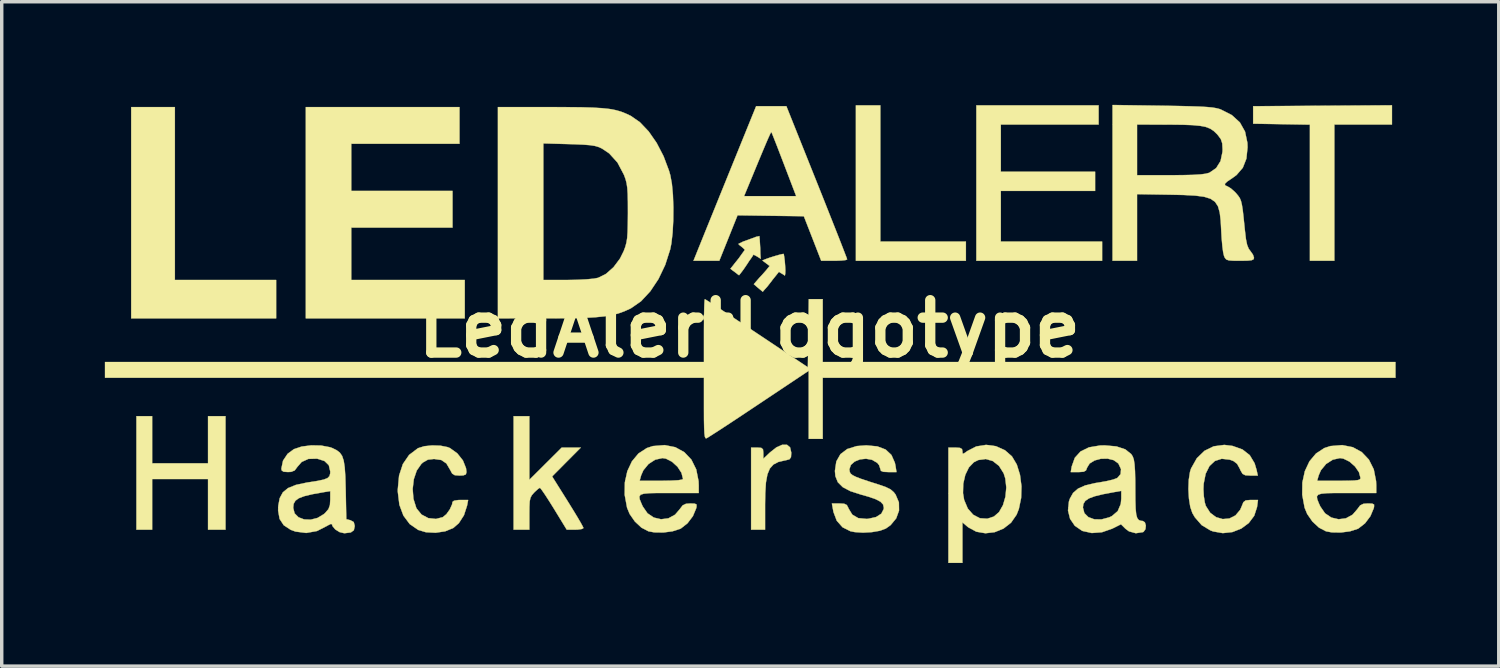
<source format=kicad_pcb>
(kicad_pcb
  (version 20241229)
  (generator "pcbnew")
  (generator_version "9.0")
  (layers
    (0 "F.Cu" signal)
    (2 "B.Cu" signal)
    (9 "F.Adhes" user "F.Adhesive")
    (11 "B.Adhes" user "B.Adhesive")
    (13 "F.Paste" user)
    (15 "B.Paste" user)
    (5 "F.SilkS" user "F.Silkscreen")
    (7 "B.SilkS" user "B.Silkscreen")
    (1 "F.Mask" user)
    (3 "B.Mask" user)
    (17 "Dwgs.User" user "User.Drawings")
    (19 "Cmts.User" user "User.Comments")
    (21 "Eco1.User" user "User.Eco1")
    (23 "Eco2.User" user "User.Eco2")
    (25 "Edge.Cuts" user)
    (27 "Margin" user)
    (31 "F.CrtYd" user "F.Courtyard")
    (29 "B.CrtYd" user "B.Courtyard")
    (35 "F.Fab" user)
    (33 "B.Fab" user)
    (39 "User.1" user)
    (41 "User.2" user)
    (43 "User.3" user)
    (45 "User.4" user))
  (footprint "LedAlertLogotype"
    (layer "F.Cu")
    (at 18.75 6.517)
    (property "Reference" "LedAlertLogotype" (at 0 0 0) (layer "F.SilkS") (effects (font (size 1.524 1.524) (thickness 0.3))))
    (attr through_hole)
    (fp_poly (pts (xy -16.713 -1.422) (xy -13.767 -1.422) (xy -13.767 -0.305) (xy -17.983 -0.305) (xy -17.983 -6.452) (xy -16.713 -6.452) (xy -16.713 -1.422)) (stroke (width 0.01) (type solid)) (fill yes) (layer "F.SilkS"))
    (fp_poly (pts (xy 3.81 -2.54) (xy 6.299 -2.54) (xy 6.299 -1.981) (xy 3.099 -1.981) (xy 3.099 -6.502) (xy 3.81 -6.502) (xy 3.81 -2.54)) (stroke (width 0.01) (type solid)) (fill yes) (layer "F.SilkS"))
    (fp_poly (pts (xy 18.694 -5.944) (xy 17.018 -5.944) (xy 17.018 -1.981) (xy 16.307 -1.981) (xy 16.307 -5.941) (xy 14.656 -5.969) (xy 14.656 -6.477) (xy 18.694 -6.504) (xy 18.694 -5.944)) (stroke (width 0.01) (type solid)) (fill yes) (layer "F.SilkS"))
    (fp_poly (pts (xy -17.374 3.912) (xy -15.748 3.912) (xy -15.748 2.54) (xy -15.24 2.54) (xy -15.24 5.842) (xy -15.748 5.842) (xy -15.748 4.369) (xy -17.374 4.369) (xy -17.374 5.842) (xy -17.831 5.842) (xy -17.831 2.54) (xy -17.374 2.54) (xy -17.374 3.912)) (stroke (width 0.01) (type solid)) (fill yes) (layer "F.SilkS"))
    (fp_poly (pts (xy -8.433 -5.385) (xy -11.582 -5.385) (xy -11.582 -4.013) (xy -8.636 -4.013) (xy -8.636 -2.946) (xy -11.582 -2.946) (xy -11.582 -1.422) (xy -8.28 -1.422) (xy -8.28 -0.305) (xy -12.903 -0.305) (xy -12.903 -6.452) (xy -8.433 -6.452) (xy -8.433 -5.385)) (stroke (width 0.01) (type solid)) (fill yes) (layer "F.SilkS"))
    (fp_poly (pts (xy 10.16 -5.944) (xy 7.315 -5.944) (xy 7.315 -4.572) (xy 10.058 -4.572) (xy 10.058 -4.013) (xy 7.315 -4.013) (xy 7.315 -2.54) (xy 10.262 -2.54) (xy 10.262 -1.981) (xy 6.604 -1.981) (xy 6.604 -6.502) (xy 10.16 -6.502) (xy 10.16 -5.944)) (stroke (width 0.01) (type solid)) (fill yes) (layer "F.SilkS"))
    (fp_poly (pts (xy 1.093 3.372) (xy 1.184 3.447) (xy 1.219 3.598) (xy 1.219 3.606) (xy 1.211 3.732) (xy 1.168 3.793) (xy 1.059 3.823) (xy 1.029 3.828) (xy 0.842 3.872) (xy 0.7 3.946) (xy 0.596 4.062) (xy 0.525 4.233) (xy 0.482 4.469) (xy 0.462 4.784) (xy 0.457 5.104) (xy 0.457 5.842) (xy 0.051 5.842) (xy 0.051 3.454) (xy 0.229 3.454) (xy 0.348 3.463) (xy 0.397 3.506) (xy 0.406 3.613) (xy 0.406 3.617) (xy 0.406 3.78) (xy 0.597 3.598) (xy 0.788 3.447) (xy 0.957 3.372) (xy 1.093 3.372)) (stroke (width 0.01) (type solid)) (fill yes) (layer "F.SilkS"))
    (fp_poly (pts (xy 1.02 -2.05) (xy 1.03 -1.97) (xy 1.04 -1.841) (xy 1.047 -1.701) (xy 1.043 -1.602) (xy 1.033 -1.55) (xy 0.957 -1.601) (xy 0.918 -1.622) (xy 0.86 -1.66) (xy 0.783 -1.563) (xy 0.671 -1.424) (xy 0.649 -1.393) (xy 0.516 -1.223) (xy 0.44 -1.14) (xy 0.39 -1.08) (xy 0.257 -1.19) (xy 0.21 -1.23) (xy 0.13 -1.3) (xy 0.29 -1.485) (xy 0.37 -1.57) (xy 0.489 -1.705) (xy 0.55 -1.78) (xy 0.59 -1.83) (xy 0.504 -1.895) (xy 0.485 -1.91) (xy 0.43 -1.95) (xy 0.38 -1.99) (xy 0.472 -2.028) (xy 0.591 -2.071) (xy 0.735 -2.116) (xy 0.871 -2.155) (xy 0.965 -2.177) (xy 1 -2.18) (xy 1.01 -2.12)) (stroke (width 0.01) (type solid)) (fill yes) (layer "F.SilkS"))
    (fp_poly (pts (xy -6.401 4.392) (xy -5.93 3.923) (xy -5.459 3.454) (xy -4.904 3.454) (xy -5.321 3.873) (xy -5.738 4.293) (xy -5.282 5.02) (xy -5.131 5.264) (xy -5.001 5.478) (xy -4.902 5.648) (xy -4.841 5.76) (xy -4.826 5.795) (xy -4.872 5.822) (xy -4.988 5.839) (xy -5.069 5.842) (xy -5.312 5.842) (xy -5.685 5.232) (xy -5.822 5.013) (xy -5.941 4.829) (xy -6.033 4.695) (xy -6.086 4.628) (xy -6.093 4.623) (xy -6.147 4.656) (xy -6.238 4.739) (xy -6.264 4.765) (xy -6.329 4.84) (xy -6.369 4.916) (xy -6.391 5.02) (xy -6.399 5.178) (xy -6.401 5.375) (xy -6.401 5.842) (xy -6.858 5.842) (xy -6.858 2.54) (xy -6.401 2.54) (xy -6.401 4.392)) (stroke (width 0.01) (type solid)) (fill yes) (layer "F.SilkS"))
    (fp_poly (pts (xy 0.29 -2.7) (xy 0.3 -2.613) (xy 0.305 -2.526) (xy 0.316 -2.344) (xy 0.32 -2.18) (xy 0.33 -2.04) (xy 0.248 -2.091) (xy 0.18 -2.131) (xy 0.12 -2.16) (xy 0.072 -2.084) (xy -0.009 -1.97) (xy -0.071 -1.874) (xy -0.172 -1.726) (xy -0.252 -1.62) (xy -0.3 -1.56) (xy -0.33 -1.58) (xy -0.36 -1.605) (xy -0.419 -1.65) (xy -0.48 -1.694) (xy -0.55 -1.75) (xy -0.5 -1.811) (xy -0.41 -1.926) (xy -0.31 -2.05) (xy -0.21 -2.19) (xy -0.13 -2.3) (xy -0.18 -2.35) (xy -0.216 -2.38) (xy -0.24 -2.4) (xy -0.28 -2.43) (xy -0.32 -2.47) (xy -0.182 -2.539) (xy -0.12 -2.56) (xy 0.07 -2.63) (xy 0.201 -2.679) (xy 0.26 -2.69)) (stroke (width 0.01) (type solid)) (fill yes) (layer "F.SilkS"))
    (fp_poly (pts (xy 2.134 0.965) (xy 18.796 0.965) (xy 18.796 1.422) (xy 2.134 1.422) (xy 2.134 3.2) (xy 1.727 3.2) (xy 1.727 1.218) (xy 0.275 2.187) (xy -0.069 2.416) (xy -0.388 2.628) (xy -0.672 2.815) (xy -0.911 2.971) (xy -1.094 3.088) (xy -1.21 3.162) (xy -1.249 3.184) (xy -1.275 3.18) (xy -1.294 3.137) (xy -1.307 3.042) (xy -1.315 2.883) (xy -1.32 2.648) (xy -1.321 2.324) (xy -1.321 1.422) (xy -18.745 1.422) (xy -18.745 0.965) (xy -1.321 0.965) (xy -1.321 0.051) (xy -1.319 -0.241) (xy -1.316 -0.495) (xy -1.31 -0.694) (xy -1.303 -0.822) (xy -1.295 -0.864) (xy -1.248 -0.836) (xy -1.127 -0.759) (xy -0.94 -0.638) (xy -0.699 -0.48) (xy -0.412 -0.29) (xy -0.089 -0.076) (xy 0.216 0.127) (xy 1.702 1.118) (xy 1.716 0.127) (xy 1.729 -0.864) (xy 2.134 -0.864) (xy 2.134 0.965)) (stroke (width 0.01) (type solid)) (fill yes) (layer "F.SilkS"))
    (fp_poly (pts (xy 1.961 -4.268) (xy 2.14 -3.82) (xy 2.306 -3.401) (xy 2.457 -3.02) (xy 2.589 -2.687) (xy 2.697 -2.411) (xy 2.778 -2.201) (xy 2.829 -2.068) (xy 2.845 -2.02) (xy 2.798 -2.001) (xy 2.675 -1.988) (xy 2.5 -1.981) (xy 2.467 -1.981) (xy 2.09 -1.981) (xy 1.838 -2.629) (xy 1.585 -3.277) (xy 0.621 -3.29) (xy -0.344 -3.304) (xy -0.609 -2.643) (xy -0.875 -1.981) (xy -1.625 -1.981) (xy -1.538 -2.197) (xy -1.501 -2.29) (xy -1.43 -2.465) (xy -1.33 -2.713) (xy -1.205 -3.022) (xy -1.059 -3.381) (xy -0.898 -3.779) (xy -0.865 -3.861) (xy -0.154 -3.861) (xy 1.362 -3.861) (xy 1.009 -4.786) (xy 0.899 -5.072) (xy 0.802 -5.324) (xy 0.722 -5.527) (xy 0.667 -5.666) (xy 0.64 -5.726) (xy 0.64 -5.727) (xy 0.627 -5.713) (xy 0.598 -5.655) (xy 0.549 -5.547) (xy 0.477 -5.38) (xy 0.379 -5.148) (xy 0.252 -4.843) (xy 0.093 -4.458) (xy -0.086 -4.026) (xy -0.154 -3.861) (xy -0.865 -3.861) (xy -0.725 -4.205) (xy -0.628 -4.445) (xy 0.197 -6.477) (xy 1.077 -6.477) (xy 1.961 -4.268)) (stroke (width 0.01) (type solid)) (fill yes) (layer "F.SilkS"))
    (fp_poly (pts (xy 7.172 3.413) (xy 7.435 3.531) (xy 7.639 3.71) (xy 7.78 3.947) (xy 7.873 4.246) (xy 7.916 4.579) (xy 7.906 4.92) (xy 7.84 5.238) (xy 7.774 5.406) (xy 7.612 5.639) (xy 7.393 5.81) (xy 7.138 5.914) (xy 6.868 5.946) (xy 6.604 5.901) (xy 6.368 5.773) (xy 6.351 5.759) (xy 6.198 5.63) (xy 6.198 6.807) (xy 5.791 6.807) (xy 5.791 4.779) (xy 6.215 4.779) (xy 6.248 4.976) (xy 6.354 5.227) (xy 6.511 5.407) (xy 6.705 5.509) (xy 6.921 5.523) (xy 7.114 5.46) (xy 7.264 5.33) (xy 7.378 5.129) (xy 7.45 4.882) (xy 7.475 4.615) (xy 7.446 4.353) (xy 7.398 4.202) (xy 7.262 3.986) (xy 7.082 3.845) (xy 6.874 3.786) (xy 6.658 3.816) (xy 6.532 3.879) (xy 6.388 4.028) (xy 6.282 4.246) (xy 6.222 4.506) (xy 6.215 4.779) (xy 5.791 4.779) (xy 5.791 3.454) (xy 5.994 3.454) (xy 6.127 3.463) (xy 6.186 3.497) (xy 6.198 3.558) (xy 6.202 3.623) (xy 6.232 3.63) (xy 6.312 3.576) (xy 6.342 3.554) (xy 6.601 3.421) (xy 6.886 3.375) (xy 7.172 3.413)) (stroke (width 0.01) (type solid)) (fill yes) (layer "F.SilkS"))
    (fp_poly (pts (xy 14.057 3.406) (xy 14.346 3.509) (xy 14.557 3.675) (xy 14.698 3.91) (xy 14.755 4.102) (xy 14.791 4.267) (xy 14.571 4.267) (xy 14.429 4.259) (xy 14.349 4.219) (xy 14.291 4.121) (xy 14.267 4.067) (xy 14.189 3.926) (xy 14.081 3.844) (xy 13.974 3.805) (xy 13.742 3.779) (xy 13.543 3.843) (xy 13.385 3.991) (xy 13.274 4.215) (xy 13.216 4.507) (xy 13.209 4.663) (xy 13.22 4.864) (xy 13.249 5.05) (xy 13.278 5.149) (xy 13.406 5.35) (xy 13.576 5.478) (xy 13.77 5.534) (xy 13.965 5.517) (xy 14.142 5.427) (xy 14.279 5.264) (xy 14.326 5.155) (xy 14.373 5.041) (xy 14.439 4.991) (xy 14.561 4.979) (xy 14.59 4.978) (xy 14.796 4.978) (xy 14.769 5.184) (xy 14.687 5.437) (xy 14.528 5.649) (xy 14.31 5.81) (xy 14.053 5.911) (xy 13.774 5.942) (xy 13.492 5.893) (xy 13.412 5.863) (xy 13.158 5.709) (xy 12.961 5.483) (xy 12.888 5.359) (xy 12.827 5.18) (xy 12.788 4.935) (xy 12.773 4.66) (xy 12.783 4.39) (xy 12.819 4.16) (xy 12.849 4.064) (xy 13.017 3.765) (xy 13.24 3.548) (xy 13.509 3.417) (xy 13.817 3.376) (xy 14.057 3.406)) (stroke (width 0.01) (type solid)) (fill yes) (layer "F.SilkS"))
    (fp_poly (pts (xy -8.986 3.399) (xy -8.78 3.44) (xy -8.709 3.469) (xy -8.495 3.624) (xy -8.333 3.828) (xy -8.243 4.053) (xy -8.23 4.169) (xy -8.248 4.234) (xy -8.32 4.262) (xy -8.432 4.267) (xy -8.569 4.257) (xy -8.646 4.21) (xy -8.704 4.102) (xy -8.813 3.916) (xy -8.961 3.815) (xy -9.171 3.785) (xy -9.174 3.785) (xy -9.351 3.805) (xy -9.49 3.883) (xy -9.543 3.93) (xy -9.677 4.122) (xy -9.762 4.374) (xy -9.795 4.658) (xy -9.773 4.944) (xy -9.692 5.202) (xy -9.679 5.229) (xy -9.537 5.402) (xy -9.34 5.506) (xy -9.117 5.53) (xy -8.92 5.479) (xy -8.814 5.392) (xy -8.714 5.252) (xy -8.647 5.103) (xy -8.636 5.034) (xy -8.59 4.999) (xy -8.469 4.98) (xy -8.409 4.978) (xy -8.181 4.978) (xy -8.213 5.144) (xy -8.303 5.422) (xy -8.452 5.653) (xy -8.612 5.792) (xy -8.848 5.889) (xy -9.128 5.931) (xy -9.409 5.916) (xy -9.632 5.85) (xy -9.88 5.679) (xy -10.064 5.433) (xy -10.181 5.119) (xy -10.227 4.741) (xy -10.228 4.674) (xy -10.19 4.268) (xy -10.08 3.933) (xy -9.899 3.668) (xy -9.646 3.476) (xy -9.632 3.469) (xy -9.455 3.414) (xy -9.225 3.391) (xy -8.986 3.399)) (stroke (width 0.01) (type solid)) (fill yes) (layer "F.SilkS"))
    (fp_poly (pts (xy -2.155 3.443) (xy -1.893 3.587) (xy -1.687 3.804) (xy -1.546 4.088) (xy -1.478 4.43) (xy -1.473 4.556) (xy -1.473 4.775) (xy -2.337 4.775) (xy -2.668 4.775) (xy -2.909 4.78) (xy -3.071 4.795) (xy -3.164 4.825) (xy -3.2 4.877) (xy -3.191 4.956) (xy -3.146 5.067) (xy -3.102 5.166) (xy -2.964 5.365) (xy -2.779 5.49) (xy -2.569 5.539) (xy -2.356 5.512) (xy -2.162 5.406) (xy -2.027 5.249) (xy -1.941 5.136) (xy -1.844 5.089) (xy -1.718 5.08) (xy -1.588 5.085) (xy -1.536 5.111) (xy -1.538 5.18) (xy -1.547 5.22) (xy -1.643 5.449) (xy -1.801 5.657) (xy -1.991 5.806) (xy -2.015 5.818) (xy -2.236 5.889) (xy -2.503 5.924) (xy -2.767 5.92) (xy -2.936 5.889) (xy -3.139 5.783) (xy -3.33 5.605) (xy -3.483 5.385) (xy -3.558 5.203) (xy -3.627 4.828) (xy -3.622 4.469) (xy -3.612 4.42) (xy -3.193 4.42) (xy -2.562 4.42) (xy -2.276 4.415) (xy -2.071 4.404) (xy -1.955 4.384) (xy -1.93 4.367) (xy -1.975 4.188) (xy -2.09 4.012) (xy -2.25 3.866) (xy -2.428 3.775) (xy -2.53 3.759) (xy -2.74 3.806) (xy -2.933 3.931) (xy -3.083 4.113) (xy -3.148 4.26) (xy -3.193 4.42) (xy -3.612 4.42) (xy -3.55 4.14) (xy -3.416 3.854) (xy -3.226 3.626) (xy -2.984 3.468) (xy -2.807 3.41) (xy -2.462 3.382) (xy -2.155 3.443)) (stroke (width 0.01) (type solid)) (fill yes) (layer "F.SilkS"))
    (fp_poly (pts (xy 17.556 3.443) (xy 17.817 3.587) (xy 18.023 3.804) (xy 18.165 4.088) (xy 18.232 4.43) (xy 18.237 4.556) (xy 18.237 4.775) (xy 17.374 4.775) (xy 17.042 4.775) (xy 16.801 4.78) (xy 16.64 4.795) (xy 16.547 4.825) (xy 16.51 4.877) (xy 16.52 4.956) (xy 16.564 5.067) (xy 16.609 5.166) (xy 16.746 5.365) (xy 16.931 5.49) (xy 17.141 5.539) (xy 17.354 5.512) (xy 17.548 5.406) (xy 17.684 5.249) (xy 17.769 5.136) (xy 17.866 5.089) (xy 17.993 5.08) (xy 18.122 5.085) (xy 18.174 5.111) (xy 18.173 5.18) (xy 18.163 5.22) (xy 18.067 5.449) (xy 17.91 5.657) (xy 17.72 5.806) (xy 17.696 5.818) (xy 17.475 5.889) (xy 17.207 5.924) (xy 16.943 5.92) (xy 16.775 5.889) (xy 16.572 5.783) (xy 16.38 5.605) (xy 16.228 5.385) (xy 16.153 5.203) (xy 16.084 4.828) (xy 16.088 4.469) (xy 16.099 4.42) (xy 16.517 4.42) (xy 17.149 4.42) (xy 17.416 4.418) (xy 17.597 4.412) (xy 17.707 4.399) (xy 17.763 4.377) (xy 17.78 4.345) (xy 17.78 4.341) (xy 17.735 4.171) (xy 17.619 4.003) (xy 17.459 3.862) (xy 17.281 3.775) (xy 17.181 3.759) (xy 16.971 3.806) (xy 16.777 3.931) (xy 16.627 4.113) (xy 16.563 4.26) (xy 16.517 4.42) (xy 16.099 4.42) (xy 16.16 4.14) (xy 16.294 3.854) (xy 16.485 3.626) (xy 16.726 3.468) (xy 16.904 3.41) (xy 17.248 3.382) (xy 17.556 3.443)) (stroke (width 0.01) (type solid)) (fill yes) (layer "F.SilkS"))
    (fp_poly (pts (xy 3.723 3.419) (xy 3.965 3.511) (xy 4.133 3.669) (xy 4.233 3.895) (xy 4.251 3.982) (xy 4.28 4.166) (xy 4.045 4.166) (xy 3.899 4.159) (xy 3.828 4.131) (xy 3.81 4.074) (xy 3.81 4.072) (xy 3.774 3.965) (xy 3.721 3.898) (xy 3.568 3.809) (xy 3.393 3.778) (xy 3.218 3.797) (xy 3.064 3.86) (xy 2.953 3.958) (xy 2.909 4.085) (xy 2.921 4.164) (xy 2.946 4.211) (xy 3.001 4.256) (xy 3.099 4.305) (xy 3.254 4.365) (xy 3.481 4.441) (xy 3.759 4.529) (xy 3.969 4.602) (xy 4.107 4.67) (xy 4.201 4.751) (xy 4.254 4.821) (xy 4.35 5.048) (xy 4.354 5.285) (xy 4.272 5.512) (xy 4.108 5.71) (xy 3.971 5.808) (xy 3.799 5.873) (xy 3.565 5.913) (xy 3.308 5.928) (xy 3.066 5.912) (xy 2.94 5.887) (xy 2.711 5.772) (xy 2.543 5.582) (xy 2.447 5.329) (xy 2.445 5.319) (xy 2.401 5.08) (xy 2.618 5.08) (xy 2.759 5.088) (xy 2.835 5.125) (xy 2.881 5.212) (xy 2.887 5.229) (xy 2.995 5.406) (xy 3.169 5.506) (xy 3.409 5.529) (xy 3.456 5.526) (xy 3.685 5.475) (xy 3.839 5.377) (xy 3.909 5.24) (xy 3.912 5.2) (xy 3.89 5.108) (xy 3.816 5.029) (xy 3.676 4.955) (xy 3.458 4.88) (xy 3.251 4.822) (xy 2.938 4.721) (xy 2.716 4.604) (xy 2.574 4.462) (xy 2.503 4.285) (xy 2.489 4.133) (xy 2.53 3.857) (xy 2.65 3.645) (xy 2.849 3.495) (xy 3.125 3.41) (xy 3.402 3.389) (xy 3.723 3.419)) (stroke (width 0.01) (type solid)) (fill yes) (layer "F.SilkS"))
    (fp_poly (pts (xy -5.284 -6.45) (xy -4.88 -6.446) (xy -4.552 -6.436) (xy -4.287 -6.42) (xy -4.072 -6.397) (xy -3.893 -6.364) (xy -3.739 -6.321) (xy -3.597 -6.265) (xy -3.453 -6.197) (xy -3.447 -6.194) (xy -3.184 -6.011) (xy -2.93 -5.744) (xy -2.697 -5.409) (xy -2.496 -5.022) (xy -2.338 -4.602) (xy -2.3 -4.47) (xy -2.254 -4.219) (xy -2.224 -3.897) (xy -2.211 -3.533) (xy -2.214 -3.157) (xy -2.233 -2.798) (xy -2.269 -2.485) (xy -2.303 -2.313) (xy -2.448 -1.861) (xy -2.645 -1.449) (xy -2.883 -1.092) (xy -3.151 -0.804) (xy -3.441 -0.602) (xy -3.47 -0.587) (xy -3.64 -0.51) (xy -3.813 -0.448) (xy -4.001 -0.4) (xy -4.219 -0.364) (xy -4.48 -0.338) (xy -4.796 -0.32) (xy -5.181 -0.31) (xy -5.649 -0.306) (xy -5.88 -0.306) (xy -7.315 -0.305) (xy -7.315 -1.422) (xy -5.994 -1.422) (xy -5.302 -1.422) (xy -5.002 -1.427) (xy -4.735 -1.441) (xy -4.524 -1.461) (xy -4.4 -1.485) (xy -4.17 -1.6) (xy -3.951 -1.794) (xy -3.764 -2.044) (xy -3.654 -2.265) (xy -3.608 -2.39) (xy -3.576 -2.51) (xy -3.554 -2.646) (xy -3.542 -2.819) (xy -3.536 -3.051) (xy -3.533 -3.363) (xy -3.533 -3.378) (xy -3.534 -3.693) (xy -3.539 -3.926) (xy -3.551 -4.1) (xy -3.571 -4.236) (xy -3.601 -4.353) (xy -3.645 -4.474) (xy -3.651 -4.487) (xy -3.836 -4.838) (xy -4.077 -5.104) (xy -4.288 -5.246) (xy -4.385 -5.29) (xy -4.493 -5.322) (xy -4.634 -5.344) (xy -4.826 -5.359) (xy -5.091 -5.371) (xy -5.245 -5.375) (xy -5.994 -5.396) (xy -5.994 -1.422) (xy -7.315 -1.422) (xy -7.315 -6.452) (xy -5.776 -6.452) (xy -5.284 -6.45)) (stroke (width 0.01) (type solid)) (fill yes) (layer "F.SilkS"))
    (fp_poly (pts (xy 10.678 3.42) (xy 10.936 3.505) (xy 11.109 3.644) (xy 11.153 3.713) (xy 11.184 3.802) (xy 11.205 3.939) (xy 11.219 4.141) (xy 11.226 4.42) (xy 11.227 4.661) (xy 11.229 4.991) (xy 11.237 5.232) (xy 11.254 5.399) (xy 11.284 5.505) (xy 11.329 5.562) (xy 11.392 5.585) (xy 11.44 5.588) (xy 11.506 5.628) (xy 11.534 5.722) (xy 11.522 5.828) (xy 11.468 5.904) (xy 11.451 5.913) (xy 11.243 5.945) (xy 11.045 5.891) (xy 10.941 5.814) (xy 10.811 5.685) (xy 10.552 5.814) (xy 10.258 5.916) (xy 9.963 5.939) (xy 9.695 5.88) (xy 9.677 5.872) (xy 9.468 5.729) (xy 9.33 5.526) (xy 9.27 5.284) (xy 9.279 5.197) (xy 9.703 5.197) (xy 9.746 5.361) (xy 9.862 5.477) (xy 10.034 5.54) (xy 10.241 5.544) (xy 10.467 5.484) (xy 10.552 5.443) (xy 10.717 5.301) (xy 10.805 5.094) (xy 10.82 4.936) (xy 10.82 4.713) (xy 10.63 4.746) (xy 10.294 4.809) (xy 10.048 4.869) (xy 9.878 4.932) (xy 9.772 5.005) (xy 9.718 5.092) (xy 9.703 5.197) (xy 9.279 5.197) (xy 9.297 5.021) (xy 9.324 4.941) (xy 9.417 4.774) (xy 9.562 4.648) (xy 9.772 4.554) (xy 10.063 4.486) (xy 10.196 4.465) (xy 10.401 4.428) (xy 10.58 4.385) (xy 10.696 4.342) (xy 10.706 4.336) (xy 10.8 4.226) (xy 10.812 4.08) (xy 10.739 3.925) (xy 10.731 3.914) (xy 10.599 3.819) (xy 10.421 3.775) (xy 10.226 3.779) (xy 10.043 3.828) (xy 9.899 3.917) (xy 9.826 4.035) (xy 9.793 4.118) (xy 9.727 4.156) (xy 9.596 4.166) (xy 9.572 4.166) (xy 9.35 4.166) (xy 9.379 4) (xy 9.468 3.751) (xy 9.635 3.567) (xy 9.88 3.447) (xy 10.202 3.393) (xy 10.339 3.39) (xy 10.678 3.42)) (stroke (width 0.01) (type solid)) (fill yes) (layer "F.SilkS"))
    (fp_poly (pts (xy -12.457 3.395) (xy -12.201 3.443) (xy -12.132 3.468) (xy -12.008 3.529) (xy -11.914 3.601) (xy -11.847 3.698) (xy -11.801 3.836) (xy -11.772 4.03) (xy -11.754 4.294) (xy -11.744 4.643) (xy -11.743 4.684) (xy -11.726 5.537) (xy -11.604 5.568) (xy -11.509 5.621) (xy -11.481 5.731) (xy -11.481 5.74) (xy -11.506 5.858) (xy -11.594 5.922) (xy -11.759 5.943) (xy -11.79 5.944) (xy -11.922 5.912) (xy -12.047 5.834) (xy -12.128 5.736) (xy -12.141 5.686) (xy -12.176 5.675) (xy -12.263 5.717) (xy -12.281 5.729) (xy -12.578 5.881) (xy -12.891 5.937) (xy -13.203 5.897) (xy -13.344 5.845) (xy -13.546 5.712) (xy -13.666 5.529) (xy -13.709 5.286) (xy -13.707 5.207) (xy -13.271 5.207) (xy -13.229 5.368) (xy -13.117 5.481) (xy -12.954 5.543) (xy -12.763 5.551) (xy -12.564 5.501) (xy -12.379 5.39) (xy -12.341 5.356) (xy -12.245 5.245) (xy -12.202 5.126) (xy -12.192 4.967) (xy -12.192 4.72) (xy -12.383 4.751) (xy -12.708 4.809) (xy -12.946 4.866) (xy -13.108 4.927) (xy -13.207 5) (xy -13.258 5.091) (xy -13.271 5.207) (xy -13.707 5.207) (xy -13.705 5.149) (xy -13.663 4.926) (xy -13.572 4.757) (xy -13.419 4.631) (xy -13.193 4.54) (xy -12.879 4.473) (xy -12.817 4.463) (xy -12.556 4.422) (xy -12.379 4.384) (xy -12.271 4.341) (xy -12.215 4.284) (xy -12.194 4.206) (xy -12.192 4.149) (xy -12.234 3.968) (xy -12.36 3.844) (xy -12.568 3.778) (xy -12.582 3.776) (xy -12.829 3.783) (xy -13.025 3.872) (xy -13.147 4.012) (xy -13.226 4.118) (xy -13.33 4.16) (xy -13.424 4.165) (xy -13.551 4.156) (xy -13.606 4.117) (xy -13.614 4.062) (xy -13.566 3.834) (xy -13.433 3.635) (xy -13.25 3.5) (xy -13.023 3.424) (xy -12.745 3.389) (xy -12.457 3.395)) (stroke (width 0.01) (type solid)) (fill yes) (layer "F.SilkS"))
    (fp_poly (pts (xy 12.027 -6.491) (xy 12.469 -6.484) (xy 12.823 -6.475) (xy 13.099 -6.466) (xy 13.31 -6.454) (xy 13.469 -6.439) (xy 13.588 -6.419) (xy 13.679 -6.395) (xy 13.713 -6.383) (xy 14.035 -6.219) (xy 14.27 -6.005) (xy 14.42 -5.738) (xy 14.488 -5.413) (xy 14.493 -5.283) (xy 14.459 -4.952) (xy 14.355 -4.687) (xy 14.173 -4.476) (xy 14.05 -4.386) (xy 13.9 -4.285) (xy 13.833 -4.219) (xy 13.842 -4.175) (xy 13.916 -4.141) (xy 14.009 -4.085) (xy 14.126 -3.981) (xy 14.167 -3.937) (xy 14.224 -3.868) (xy 14.268 -3.803) (xy 14.301 -3.723) (xy 14.328 -3.613) (xy 14.353 -3.455) (xy 14.378 -3.233) (xy 14.409 -2.93) (xy 14.417 -2.856) (xy 14.446 -2.61) (xy 14.481 -2.442) (xy 14.526 -2.331) (xy 14.573 -2.268) (xy 14.65 -2.159) (xy 14.681 -2.067) (xy 14.668 -2.024) (xy 14.614 -1.998) (xy 14.5 -1.985) (xy 14.307 -1.981) (xy 14.274 -1.981) (xy 14.071 -1.983) (xy 13.946 -1.993) (xy 13.875 -2.018) (xy 13.834 -2.065) (xy 13.809 -2.121) (xy 13.784 -2.227) (xy 13.76 -2.408) (xy 13.74 -2.637) (xy 13.728 -2.845) (xy 13.712 -3.147) (xy 13.684 -3.385) (xy 13.633 -3.565) (xy 13.547 -3.696) (xy 13.415 -3.786) (xy 13.226 -3.844) (xy 12.969 -3.877) (xy 12.631 -3.895) (xy 12.255 -3.903) (xy 11.278 -3.919) (xy 11.278 -1.981) (xy 10.566 -1.981) (xy 10.566 -4.47) (xy 11.278 -4.47) (xy 12.244 -4.47) (xy 12.622 -4.473) (xy 12.911 -4.48) (xy 13.124 -4.493) (xy 13.276 -4.513) (xy 13.377 -4.54) (xy 13.386 -4.544) (xy 13.58 -4.677) (xy 13.708 -4.882) (xy 13.764 -5.149) (xy 13.767 -5.22) (xy 13.757 -5.396) (xy 13.716 -5.52) (xy 13.626 -5.641) (xy 13.602 -5.668) (xy 13.51 -5.756) (xy 13.408 -5.824) (xy 13.283 -5.873) (xy 13.117 -5.906) (xy 12.898 -5.927) (xy 12.609 -5.938) (xy 12.237 -5.942) (xy 12.154 -5.942) (xy 11.278 -5.944) (xy 11.278 -4.47) (xy 10.566 -4.47) (xy 10.566 -6.512) (xy 12.027 -6.491)) (stroke (width 0.01) (type solid)) (fill yes) (layer "F.SilkS")))
  (gr_rect
    (start -3 -3)
    (end 40.551 16.329)
    (stroke (width 0.1) (type default))
    (fill no)
    (layer "Edge.Cuts")))
</source>
